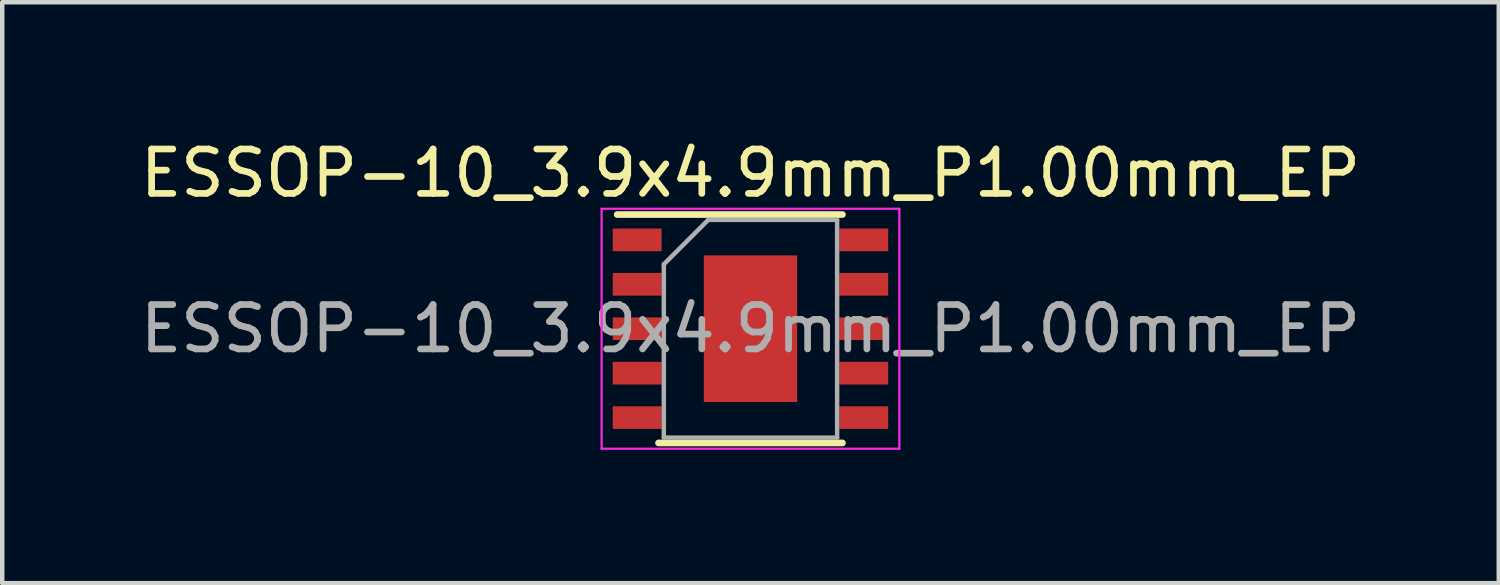
<source format=kicad_pcb>
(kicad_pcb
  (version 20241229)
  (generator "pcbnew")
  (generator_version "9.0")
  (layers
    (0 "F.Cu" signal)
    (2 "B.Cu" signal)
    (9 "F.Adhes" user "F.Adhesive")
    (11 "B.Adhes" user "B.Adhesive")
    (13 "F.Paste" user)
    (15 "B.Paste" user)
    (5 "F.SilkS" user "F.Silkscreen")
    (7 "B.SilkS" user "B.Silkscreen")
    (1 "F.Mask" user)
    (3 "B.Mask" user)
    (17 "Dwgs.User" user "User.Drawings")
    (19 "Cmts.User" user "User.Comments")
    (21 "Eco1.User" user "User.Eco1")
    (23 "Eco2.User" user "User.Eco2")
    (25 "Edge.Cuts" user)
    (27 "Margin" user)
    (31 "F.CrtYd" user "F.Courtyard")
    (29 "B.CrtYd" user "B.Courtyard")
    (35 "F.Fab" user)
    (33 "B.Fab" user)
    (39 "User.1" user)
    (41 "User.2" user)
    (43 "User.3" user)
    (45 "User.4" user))
  (footprint "ESSOP-10_3.9x4.9mm_P1.00mm_EP"
    (layer "F.Cu")
    (at 13.839 4.348)
    (property "Reference" "ESSOP-10_3.9x4.9mm_P1.00mm_EP" (at 0 -3.5 0) (layer "F.SilkS") (effects (font (size 1 1) (thickness 0.15))))
    (attr smd)
    (fp_line (start -3 -2.57) (end 2.07 -2.57) (stroke (width 0.15) (type solid)) (layer "F.SilkS"))
    (fp_line (start -2.07 2.57) (end 2.07 2.57) (stroke (width 0.15) (type solid)) (layer "F.SilkS"))
    (fp_line (start -3.35 -2.7) (end -3.35 2.7) (stroke (width 0.05) (type solid)) (layer "F.CrtYd"))
    (fp_line (start -3.35 -2.7) (end 3.35 -2.7) (stroke (width 0.05) (type solid)) (layer "F.CrtYd"))
    (fp_line (start -3.35 2.7) (end 3.35 2.7) (stroke (width 0.05) (type solid)) (layer "F.CrtYd"))
    (fp_line (start 3.35 -2.7) (end 3.35 2.7) (stroke (width 0.05) (type solid)) (layer "F.CrtYd"))
    (fp_line (start -1.95 -1.45) (end -0.95 -2.45) (stroke (width 0.1) (type solid)) (layer "F.Fab"))
    (fp_line (start -1.95 2.45) (end -1.95 -1.45) (stroke (width 0.1) (type solid)) (layer "F.Fab"))
    (fp_line (start -0.95 -2.45) (end 1.95 -2.45) (stroke (width 0.1) (type solid)) (layer "F.Fab"))
    (fp_line (start 1.95 -2.45) (end 1.95 2.45) (stroke (width 0.1) (type solid)) (layer "F.Fab"))
    (fp_line (start 1.95 2.45) (end -1.95 2.45) (stroke (width 0.1) (type solid)) (layer "F.Fab"))
    (fp_text user "${REFERENCE}" (at 0 0 0) (layer "F.Fab") (effects (font (size 1 1) (thickness 0.15))))
    (pad "0" smd rect (at 0 0) (size 2.1 3.3) (layers "F.Cu" "F.Mask" "F.Paste"))
    (pad "1" smd rect (at -2.55 -2) (size 1.1 0.51) (layers "F.Cu" "F.Mask" "F.Paste"))
    (pad "2" smd rect (at -2.55 -1) (size 1.1 0.51) (layers "F.Cu" "F.Mask" "F.Paste"))
    (pad "3" smd rect (at -2.55 0) (size 1.1 0.51) (layers "F.Cu" "F.Mask" "F.Paste"))
    (pad "4" smd rect (at -2.55 1) (size 1.1 0.51) (layers "F.Cu" "F.Mask" "F.Paste"))
    (pad "5" smd rect (at -2.55 2) (size 1.1 0.51) (layers "F.Cu" "F.Mask" "F.Paste"))
    (pad "6" smd rect (at 2.55 2) (size 1.1 0.51) (layers "F.Cu" "F.Mask" "F.Paste"))
    (pad "7" smd rect (at 2.55 1) (size 1.1 0.51) (layers "F.Cu" "F.Mask" "F.Paste"))
    (pad "8" smd rect (at 2.55 0) (size 1.1 0.51) (layers "F.Cu" "F.Mask" "F.Paste"))
    (pad "9" smd rect (at 2.55 -1) (size 1.1 0.51) (layers "F.Cu" "F.Mask" "F.Paste"))
    (pad "10" smd rect (at 2.55 -2) (size 1.1 0.51) (layers "F.Cu" "F.Mask" "F.Paste")))
  (gr_rect
    (start -3 -3)
    (end 30.679 10.073)
    (stroke (width 0.1) (type default))
    (fill no)
    (layer "Edge.Cuts")))
</source>
